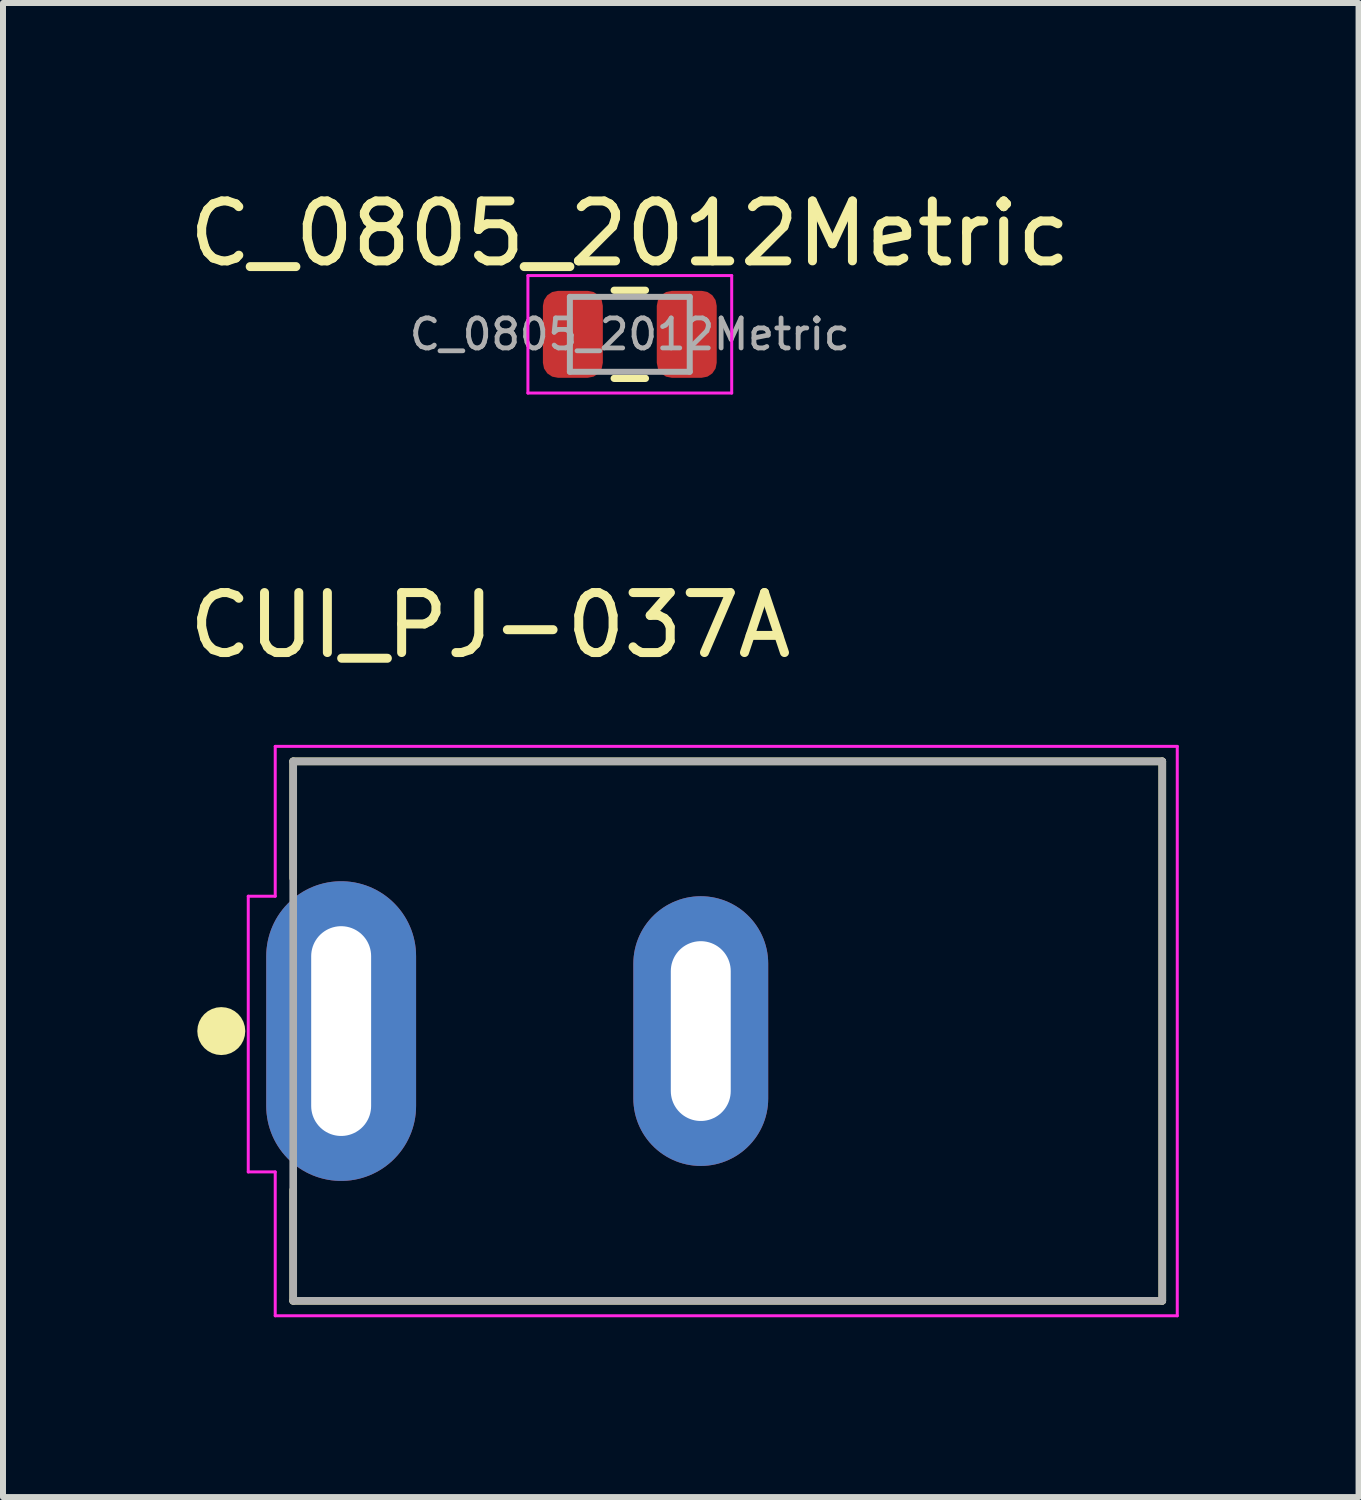
<source format=kicad_pcb>
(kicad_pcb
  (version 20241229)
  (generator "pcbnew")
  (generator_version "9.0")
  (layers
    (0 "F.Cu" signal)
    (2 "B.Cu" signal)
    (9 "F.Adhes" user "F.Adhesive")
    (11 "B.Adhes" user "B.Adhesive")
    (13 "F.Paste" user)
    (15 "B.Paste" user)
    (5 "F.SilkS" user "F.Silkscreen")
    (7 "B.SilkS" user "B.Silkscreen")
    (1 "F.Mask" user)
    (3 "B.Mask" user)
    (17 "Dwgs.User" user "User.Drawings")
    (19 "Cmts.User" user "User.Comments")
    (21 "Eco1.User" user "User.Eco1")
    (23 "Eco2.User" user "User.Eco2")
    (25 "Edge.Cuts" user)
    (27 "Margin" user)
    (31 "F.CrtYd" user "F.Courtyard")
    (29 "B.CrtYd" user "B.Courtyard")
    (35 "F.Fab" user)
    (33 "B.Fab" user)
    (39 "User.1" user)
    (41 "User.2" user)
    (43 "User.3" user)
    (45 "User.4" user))
  (footprint "CUI_PJ-037A"
    (layer "F.Cu")
    (at 2.642 14.153)
    (property "Reference" "CUI_PJ-037A" (at 2.487 -6.771 0) (layer "F.SilkS") (effects (font (size 1.001 1.001) (thickness 0.15))))
    (attr through_hole)
    (fp_line (start -0.8 -4.5) (end 13.7 -4.5) (stroke (width 0.127) (type solid)) (layer "F.SilkS"))
    (fp_line (start -0.8 -2.55) (end -0.8 -4.5) (stroke (width 0.127) (type solid)) (layer "F.SilkS"))
    (fp_line (start -0.8 4.5) (end -0.8 2.65) (stroke (width 0.127) (type solid)) (layer "F.SilkS"))
    (fp_line (start 13.7 -4.5) (end 13.7 4.5) (stroke (width 0.127) (type solid)) (layer "F.SilkS"))
    (fp_line (start 13.7 4.5) (end -0.8 4.5) (stroke (width 0.127) (type solid)) (layer "F.SilkS"))
    (fp_circle (center -2 0) (end -1.8 0) (stroke (width 0.4) (type solid)) (fill no) (layer "F.SilkS"))
    (fp_line (start -1.55 -2.25) (end -1.55 2.35) (stroke (width 0.05) (type solid)) (layer "F.CrtYd"))
    (fp_line (start -1.55 2.35) (end -1.1 2.35) (stroke (width 0.05) (type solid)) (layer "F.CrtYd"))
    (fp_line (start -1.1 -4.75) (end 13.95 -4.75) (stroke (width 0.05) (type solid)) (layer "F.CrtYd"))
    (fp_line (start -1.1 -2.25) (end -1.55 -2.25) (stroke (width 0.05) (type solid)) (layer "F.CrtYd"))
    (fp_line (start -1.1 -2.25) (end -1.1 -4.75) (stroke (width 0.05) (type solid)) (layer "F.CrtYd"))
    (fp_line (start -1.1 4.75) (end -1.1 2.35) (stroke (width 0.05) (type solid)) (layer "F.CrtYd"))
    (fp_line (start 13.95 -4.75) (end 13.95 4.75) (stroke (width 0.05) (type solid)) (layer "F.CrtYd"))
    (fp_line (start 13.95 4.75) (end -1.1 4.75) (stroke (width 0.05) (type solid)) (layer "F.CrtYd"))
    (fp_line (start -0.8 -4.5) (end 13.7 -4.5) (stroke (width 0.127) (type solid)) (layer "F.Fab"))
    (fp_line (start -0.8 4.5) (end -0.8 -4.5) (stroke (width 0.127) (type solid)) (layer "F.Fab"))
    (fp_line (start 13.7 -4.5) (end 13.7 4.5) (stroke (width 0.127) (type solid)) (layer "F.Fab"))
    (fp_line (start 13.7 4.5) (end -0.8 4.5) (stroke (width 0.127) (type solid)) (layer "F.Fab"))
    (pad "1" thru_hole oval (at 0 0) (size 2.5 5) (drill oval 1 3.5) (layers "*.Cu" "*.Mask"))
    (pad "2" thru_hole oval (at 6 0) (size 2.25 4.5) (drill oval 1 3) (layers "*.Cu" "*.Mask")))
  (footprint "C_0805_2012Metric"
    (layer "F.Cu")
    (at 7.458 2.528)
    (property "Reference" "C_0805_2012Metric" (at 0 -1.68 0) (layer "F.SilkS") (effects (font (size 1 1) (thickness 0.15))))
    (attr smd)
    (fp_line (start -0.261 -0.735) (end 0.261 -0.735) (stroke (width 0.12) (type solid)) (layer "F.SilkS"))
    (fp_line (start -0.261 0.735) (end 0.261 0.735) (stroke (width 0.12) (type solid)) (layer "F.SilkS"))
    (fp_line (start -1.7 -0.98) (end 1.7 -0.98) (stroke (width 0.05) (type solid)) (layer "F.CrtYd"))
    (fp_line (start -1.7 0.98) (end -1.7 -0.98) (stroke (width 0.05) (type solid)) (layer "F.CrtYd"))
    (fp_line (start 1.7 -0.98) (end 1.7 0.98) (stroke (width 0.05) (type solid)) (layer "F.CrtYd"))
    (fp_line (start 1.7 0.98) (end -1.7 0.98) (stroke (width 0.05) (type solid)) (layer "F.CrtYd"))
    (fp_line (start -1 -0.625) (end 1 -0.625) (stroke (width 0.1) (type solid)) (layer "F.Fab"))
    (fp_line (start -1 0.625) (end -1 -0.625) (stroke (width 0.1) (type solid)) (layer "F.Fab"))
    (fp_line (start 1 -0.625) (end 1 0.625) (stroke (width 0.1) (type solid)) (layer "F.Fab"))
    (fp_line (start 1 0.625) (end -1 0.625) (stroke (width 0.1) (type solid)) (layer "F.Fab"))
    (fp_text user "${REFERENCE}" (at 0 0 0) (layer "F.Fab") (effects (font (size 0.5 0.5) (thickness 0.08))))
    (pad "1" smd roundrect (at -0.95 0) (size 1 1.45) (layers "F.Cu" "F.Mask" "F.Paste") (roundrect_rratio 0.25))
    (pad "2" smd roundrect (at 0.95 0) (size 1 1.45) (layers "F.Cu" "F.Mask" "F.Paste") (roundrect_rratio 0.25)))
  (gr_rect
    (start -3 -3)
    (end 19.617 21.928)
    (stroke (width 0.1) (type default))
    (fill no)
    (layer "Edge.Cuts")))
</source>
